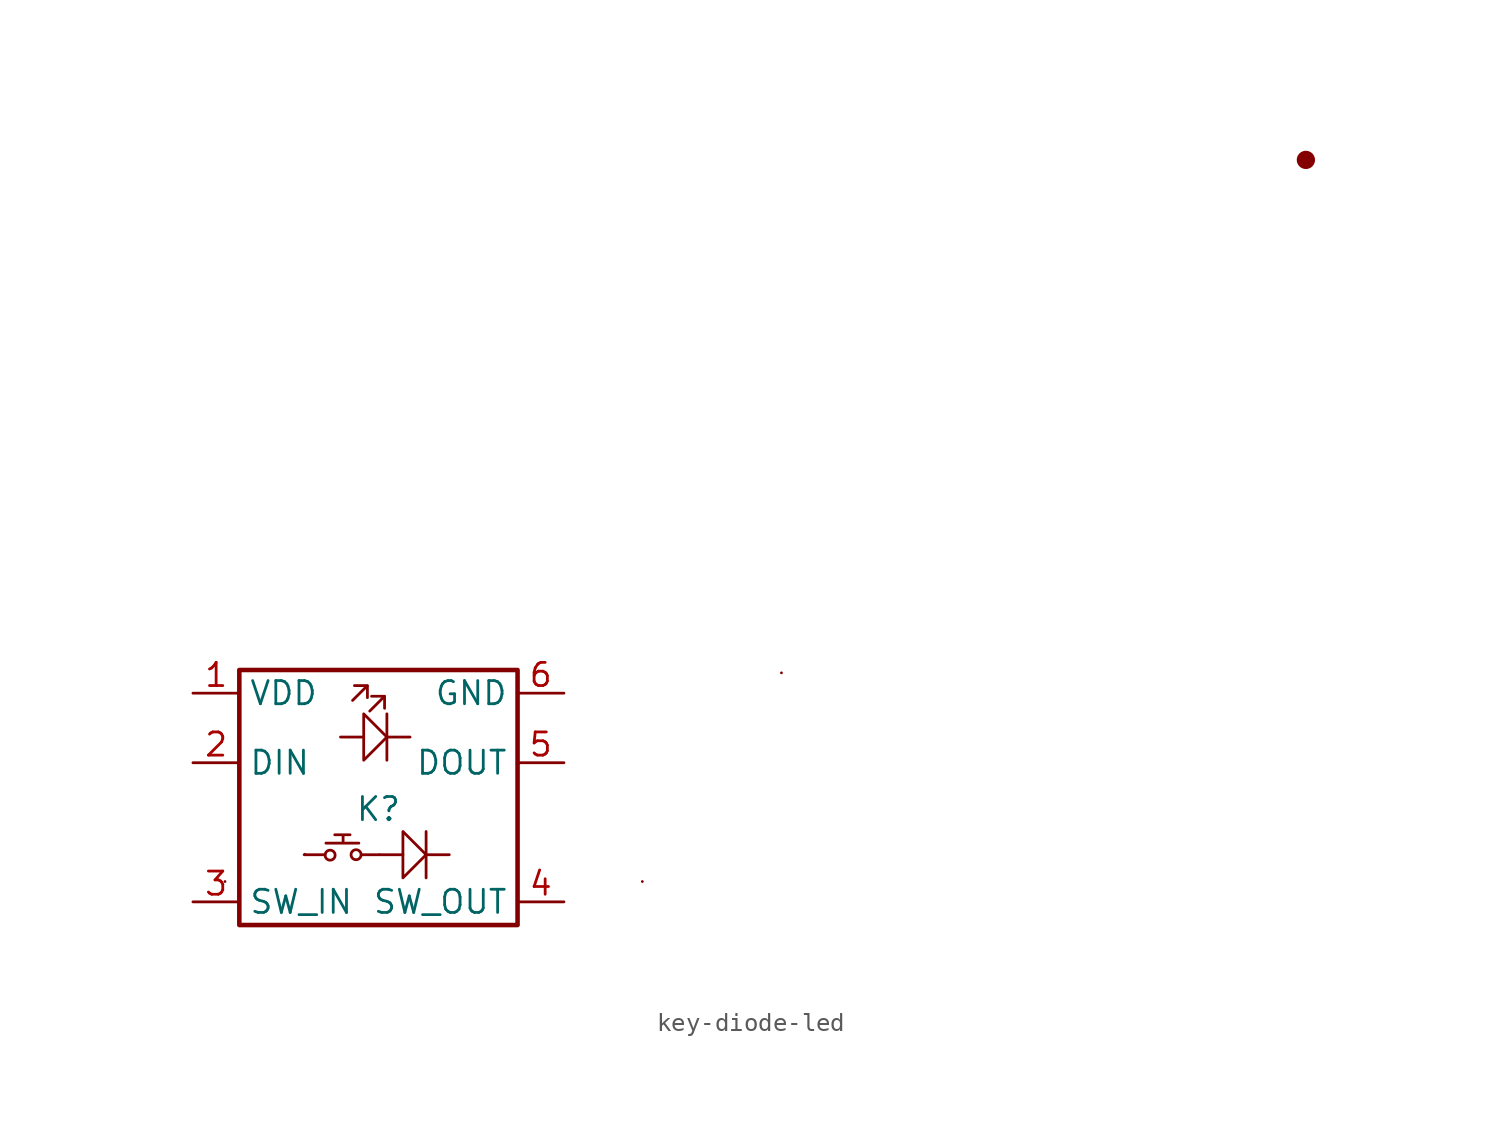
<source format=kicad_sym>
(kicad_symbol_lib
  (version 20211014)
  (generator kicad_symbol_editor)
  (symbol "key-diode-led"
    (property "Reference" "K"
      (at 0 0 0)
      (effects (font (size 1.27 1.27))))
    (symbol "key-diode-led_0_1"
      (rectangle (start -8.406 -3.967) (end -8.406 -3.967) (stroke (width 0) (type default) (color 0 0 0 0)) (fill (type none)))
      (rectangle (start -7.62 7.62) (end 7.62 -6.35) (stroke (width 0.25) (type default) (color 0 0 0 0)) (fill (type none)))
      (circle (center -2.647 -2.523) (radius 0.274) (stroke (width 0) (type default) (color 0 0 0 0)) (fill (type none)))
      (circle (center -1.225 -2.498) (radius 0.274) (stroke (width 0) (type default) (color 0 0 0 0)) (fill (type none)))
      (polyline (pts (xy -2.876 -1.863) (xy -1.072 -1.863)) (stroke (width 0) (type default) (color 0 0 0 0)) (fill (type none)))
      (polyline (pts (xy -2.393 -1.406) (xy -1.555 -1.406)) (stroke (width 0) (type default) (color 0 0 0 0)) (fill (type none)))
      (polyline (pts (xy -2.078 3.947) (xy -0.807 3.947)) (stroke (width 0) (type default) (color 0 0 0 0)) (fill (type none)))
      (polyline (pts (xy -1.936 -1.812) (xy -1.936 -1.482)) (stroke (width 0) (type default) (color 0 0 0 0)) (fill (type none)))
      (polyline (pts (xy -0.92 -2.498) (xy 0.045 -2.498)) (stroke (width 0) (type default) (color 0 0 0 0)) (fill (type none)))
      (polyline (pts (xy -0.604 6.741) (xy -0.604 6.106)) (stroke (width 0) (type default) (color 0 0 0 0)) (fill (type none)))
      (polyline (pts (xy 0.071 -2.498) (xy 1.341 -2.498)) (stroke (width 0) (type default) (color 0 0 0 0)) (fill (type none)))
      (polyline (pts (xy 0.336 6.157) (xy 0.336 5.522)) (stroke (width 0) (type default) (color 0 0 0 0)) (fill (type none)))
      (polyline (pts (xy 0.463 2.677) (xy 0.463 5.217)) (stroke (width 0) (type default) (color 0 0 0 0)) (fill (type none)))
      (polyline (pts (xy 0.463 3.947) (xy 1.732 3.947)) (stroke (width 0) (type default) (color 0 0 0 0)) (fill (type none)))
      (polyline (pts (xy 2.611 -3.768) (xy 2.611 -1.228)) (stroke (width 0) (type default) (color 0 0 0 0)) (fill (type none)))
      (polyline (pts (xy 2.611 -2.498) (xy 3.881 -2.498)) (stroke (width 0) (type default) (color 0 0 0 0)) (fill (type none)))
      (polyline (pts (xy 50.8 35.56) (xy 50.8 35.56)) (stroke (width 0) (type default) (color 0 0 0 0)) (fill (type none)))
      (polyline (pts (xy 50.8 35.56) (xy 50.8 35.56)) (stroke (width 0) (type default) (color 0 0 0 0)) (fill (type none)))
      (polyline (pts (xy 50.8 35.56) (xy 50.8 35.56)) (stroke (width 0) (type default) (color 0 0 0 0)) (fill (type none)))
      (polyline (pts (xy 50.8 35.56) (xy 50.8 35.56)) (stroke (width 0) (type default) (color 0 0 0 0)) (fill (type none)))
      (polyline (pts (xy 50.8 35.56) (xy 50.8 35.56)) (stroke (width 0) (type default) (color 0 0 0 0)) (fill (type none)))
      (polyline (pts (xy 50.8 35.56) (xy 50.8 35.56)) (stroke (width 0) (type default) (color 0 0 0 0)) (fill (type none)))
      (polyline (pts (xy 50.8 35.56) (xy 50.8 35.56)) (stroke (width 0) (type default) (color 0 0 0 0)) (fill (type none)))
      (polyline (pts (xy 50.8 35.56) (xy 50.8 35.56)) (stroke (width 0) (type default) (color 0 0 0 0)) (fill (type none)))
      (polyline (pts (xy 50.8 35.56) (xy 50.8 35.56)) (stroke (width 0) (type default) (color 0 0 0 0)) (fill (type none)))
      (polyline (pts (xy 50.8 35.56) (xy 50.8 35.56)) (stroke (width 0) (type default) (color 0 0 0 0)) (fill (type none)))
      (polyline (pts (xy 50.8 35.56) (xy 50.8 35.56)) (stroke (width 1) (type default) (color 0 0 0 0)) (fill (type none)))
      (polyline (pts (xy -2.926 -2.498) (xy -4.069 -2.498) (xy -4.019 -2.473)) (stroke (width 0) (type default) (color 0 0 0 0)) (fill (type none)))
      (polyline (pts (xy -0.604 6.766) (xy -1.315 6.766) (xy -1.29 6.766)) (stroke (width 0) (type default) (color 0 0 0 0)) (fill (type none)))
      (polyline (pts (xy 0.336 6.182) (xy -0.376 6.182) (xy -0.35 6.182)) (stroke (width 0) (type default) (color 0 0 0 0)) (fill (type none)))
      (polyline (pts (xy -1.417 5.953) (xy -1.417 5.953) (xy -1.417 5.953) (xy -0.655 6.715)) (stroke (width 0) (type default) (color 0 0 0 0)) (fill (type none)))
      (polyline (pts (xy -0.807 2.677) (xy -0.807 5.217) (xy 0.463 3.947) (xy -0.807 2.677)) (stroke (width 0) (type default) (color 0 0 0 0)) (fill (type none)))
      (polyline (pts (xy -0.477 5.369) (xy -0.477 5.369) (xy -0.477 5.369) (xy 0.285 6.131)) (stroke (width 0) (type default) (color 0 0 0 0)) (fill (type none)))
      (polyline (pts (xy 1.341 -3.768) (xy 1.341 -1.228) (xy 2.611 -2.498) (xy 1.341 -3.768)) (stroke (width 0) (type default) (color 0 0 0 0)) (fill (type none)))
      (rectangle (start 14.454 -3.967) (end 14.454 -3.967) (stroke (width 0) (type default) (color 0 0 0 0)) (fill (type none)))
      (rectangle (start 22.074 7.463) (end 22.074 7.463) (stroke (width 0) (type default) (color 0 0 0 0)) (fill (type none)))
      (arc (start 50.8 35.56) (mid 50.8 35.56) (end 50.8 35.56) (stroke (width 0) (type default) (color 0 0 0 0)) (fill (type none))))
    (symbol "key-diode-led_1_1"
      (pin input line (at -10.16 6.35 0) (length 2.54) (name "VDD" (effects (font (size 1.27 1.27)))) (number "1" (effects (font (size 1.27 1.27)))))
      (pin input line (at -10.16 2.54 0) (length 2.54) (name "DIN" (effects (font (size 1.27 1.27)))) (number "2" (effects (font (size 1.27 1.27)))))
      (pin input line (at -10.16 -5.08 0) (length 2.54) (name "SW_IN" (effects (font (size 1.27 1.27)))) (number "3" (effects (font (size 1.27 1.27)))))
      (pin output line (at 10.16 -5.08 180) (length 2.54) (name "SW_OUT" (effects (font (size 1.27 1.27)))) (number "4" (effects (font (size 1.27 1.27)))))
      (pin output line (at 10.16 2.54 180) (length 2.54) (name "DOUT" (effects (font (size 1.27 1.27)))) (number "5" (effects (font (size 1.27 1.27)))))
      (pin input line (at 10.16 6.35 180) (length 2.54) (name "GND" (effects (font (size 1.27 1.27)))) (number "6" (effects (font (size 1.27 1.27))))))))
</source>
